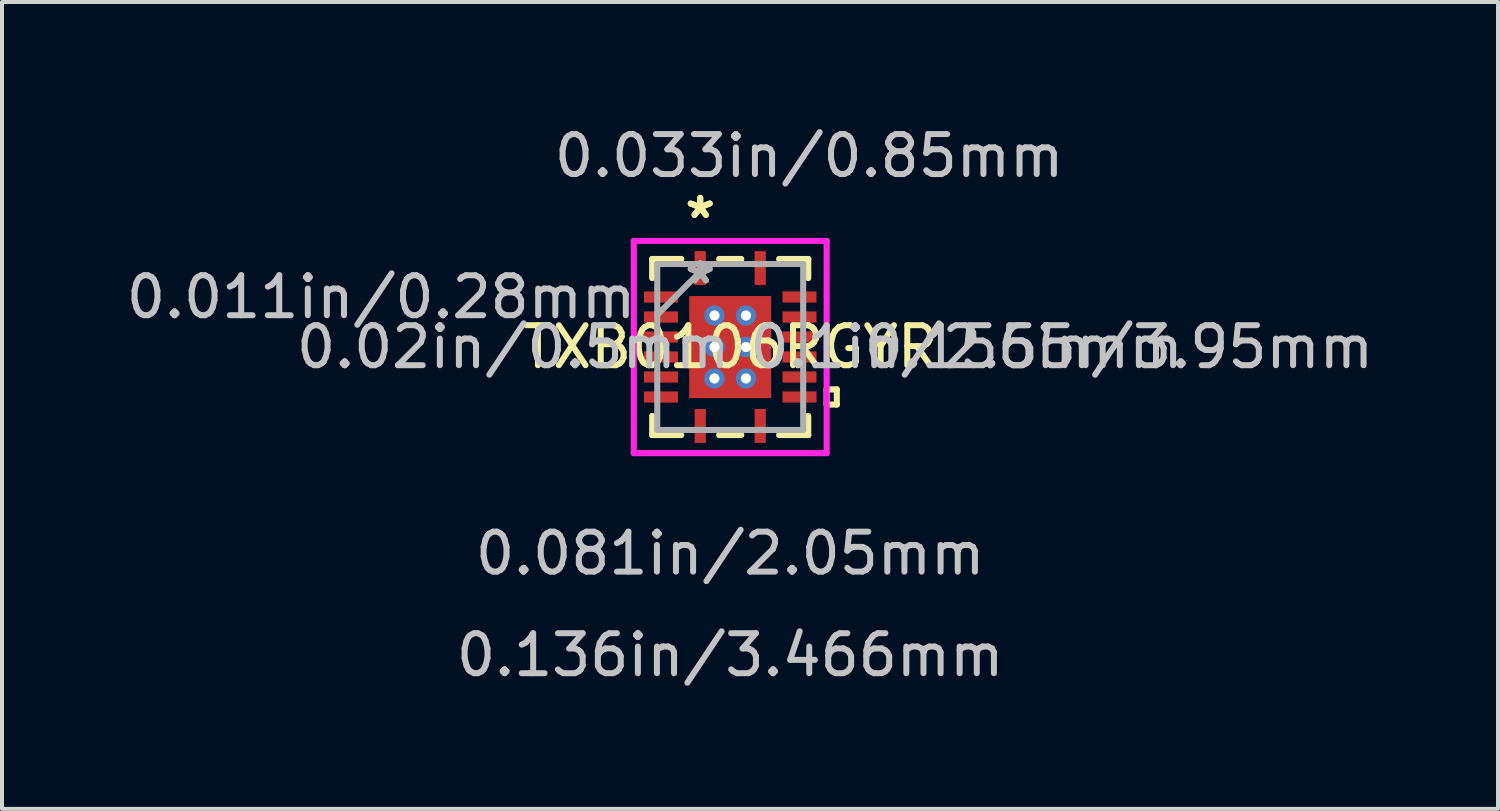
<source format=kicad_pcb>
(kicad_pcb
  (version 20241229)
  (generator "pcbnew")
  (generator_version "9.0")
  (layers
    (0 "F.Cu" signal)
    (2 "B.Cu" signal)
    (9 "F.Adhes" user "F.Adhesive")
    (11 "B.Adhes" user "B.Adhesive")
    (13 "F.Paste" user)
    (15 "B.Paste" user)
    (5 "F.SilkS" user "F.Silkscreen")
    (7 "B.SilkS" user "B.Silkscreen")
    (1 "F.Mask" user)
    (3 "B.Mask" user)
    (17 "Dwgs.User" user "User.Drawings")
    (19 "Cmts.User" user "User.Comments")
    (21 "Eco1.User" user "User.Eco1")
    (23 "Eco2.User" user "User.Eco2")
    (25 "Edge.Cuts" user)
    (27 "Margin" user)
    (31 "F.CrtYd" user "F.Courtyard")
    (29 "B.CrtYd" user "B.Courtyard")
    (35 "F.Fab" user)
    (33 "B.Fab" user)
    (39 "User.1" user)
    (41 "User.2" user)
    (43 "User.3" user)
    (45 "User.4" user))
  (footprint "TXB0106RGYR"
    (layer "F.Cu")
    (at 15.213 5.629)
    (property "Reference" "TXB0106RGYR" (at 0 0 0) (layer "F.SilkS") (effects (font (size 1 1) (thickness 0.15))))
    (attr through_hole)
    (fp_line (start -2.228 -1.46) (end -2.228 -1.04) (stroke (width 0.152) (type solid)) (layer "F.Mask"))
    (fp_line (start -2.228 -1.04) (end -1.238 -1.04) (stroke (width 0.152) (type solid)) (layer "F.Mask"))
    (fp_line (start -2.228 -0.96) (end -2.228 -0.54) (stroke (width 0.152) (type solid)) (layer "F.Mask"))
    (fp_line (start -2.228 -0.54) (end -1.238 -0.54) (stroke (width 0.152) (type solid)) (layer "F.Mask"))
    (fp_line (start -2.228 -0.46) (end -2.228 -0.04) (stroke (width 0.152) (type solid)) (layer "F.Mask"))
    (fp_line (start -2.228 -0.04) (end -1.238 -0.04) (stroke (width 0.152) (type solid)) (layer "F.Mask"))
    (fp_line (start -2.228 0.04) (end -2.228 0.46) (stroke (width 0.152) (type solid)) (layer "F.Mask"))
    (fp_line (start -2.228 0.46) (end -1.238 0.46) (stroke (width 0.152) (type solid)) (layer "F.Mask"))
    (fp_line (start -2.228 0.54) (end -2.228 0.96) (stroke (width 0.152) (type solid)) (layer "F.Mask"))
    (fp_line (start -2.228 0.96) (end -1.238 0.96) (stroke (width 0.152) (type solid)) (layer "F.Mask"))
    (fp_line (start -2.228 1.04) (end -2.228 1.46) (stroke (width 0.152) (type solid)) (layer "F.Mask"))
    (fp_line (start -2.228 1.46) (end -1.238 1.46) (stroke (width 0.152) (type solid)) (layer "F.Mask"))
    (fp_line (start -1.238 -1.46) (end -2.228 -1.46) (stroke (width 0.152) (type solid)) (layer "F.Mask"))
    (fp_line (start -1.238 -1.04) (end -1.238 -1.46) (stroke (width 0.152) (type solid)) (layer "F.Mask"))
    (fp_line (start -1.238 -0.96) (end -2.228 -0.96) (stroke (width 0.152) (type solid)) (layer "F.Mask"))
    (fp_line (start -1.238 -0.54) (end -1.238 -0.96) (stroke (width 0.152) (type solid)) (layer "F.Mask"))
    (fp_line (start -1.238 -0.46) (end -2.228 -0.46) (stroke (width 0.152) (type solid)) (layer "F.Mask"))
    (fp_line (start -1.238 -0.04) (end -1.238 -0.46) (stroke (width 0.152) (type solid)) (layer "F.Mask"))
    (fp_line (start -1.238 0.04) (end -2.228 0.04) (stroke (width 0.152) (type solid)) (layer "F.Mask"))
    (fp_line (start -1.238 0.46) (end -1.238 0.04) (stroke (width 0.152) (type solid)) (layer "F.Mask"))
    (fp_line (start -1.238 0.54) (end -2.228 0.54) (stroke (width 0.152) (type solid)) (layer "F.Mask"))
    (fp_line (start -1.238 0.96) (end -1.238 0.54) (stroke (width 0.152) (type solid)) (layer "F.Mask"))
    (fp_line (start -1.238 1.04) (end -2.228 1.04) (stroke (width 0.152) (type solid)) (layer "F.Mask"))
    (fp_line (start -1.238 1.46) (end -1.238 1.04) (stroke (width 0.152) (type solid)) (layer "F.Mask"))
    (fp_line (start -1.089 -1.339) (end -0.594 -1.339) (stroke (width 0.152) (type solid)) (layer "F.Mask"))
    (fp_line (start -1.089 -1.339) (end 1.089 -1.339) (stroke (width 0.152) (type solid)) (layer "F.Mask"))
    (fp_line (start -1.089 -0.987) (end -1.089 -1.339) (stroke (width 0.152) (type solid)) (layer "F.Mask"))
    (fp_line (start -1.089 -0.587) (end 1.089 -0.587) (stroke (width 0.152) (type solid)) (layer "F.Mask"))
    (fp_line (start -1.089 -0.2) (end -1.089 -0.587) (stroke (width 0.152) (type solid)) (layer "F.Mask"))
    (fp_line (start -1.089 0.2) (end 1.089 0.2) (stroke (width 0.152) (type solid)) (layer "F.Mask"))
    (fp_line (start -1.089 0.587) (end -1.089 0.2) (stroke (width 0.152) (type solid)) (layer "F.Mask"))
    (fp_line (start -1.089 0.987) (end 1.089 0.987) (stroke (width 0.152) (type solid)) (layer "F.Mask"))
    (fp_line (start -1.089 1.339) (end -1.089 -1.339) (stroke (width 0.152) (type solid)) (layer "F.Mask"))
    (fp_line (start -1.089 1.339) (end -1.089 0.987) (stroke (width 0.152) (type solid)) (layer "F.Mask"))
    (fp_line (start -0.96 -2.47) (end -0.96 -1.48) (stroke (width 0.152) (type solid)) (layer "F.Mask"))
    (fp_line (start -0.96 -1.48) (end -0.54 -1.48) (stroke (width 0.152) (type solid)) (layer "F.Mask"))
    (fp_line (start -0.96 1.48) (end -0.96 2.47) (stroke (width 0.152) (type solid)) (layer "F.Mask"))
    (fp_line (start -0.96 2.47) (end -0.54 2.47) (stroke (width 0.152) (type solid)) (layer "F.Mask"))
    (fp_line (start -0.594 -1.339) (end -0.594 1.339) (stroke (width 0.152) (type solid)) (layer "F.Mask"))
    (fp_line (start -0.594 1.339) (end -1.089 1.339) (stroke (width 0.152) (type solid)) (layer "F.Mask"))
    (fp_line (start -0.54 -2.47) (end -0.96 -2.47) (stroke (width 0.152) (type solid)) (layer "F.Mask"))
    (fp_line (start -0.54 -1.48) (end -0.54 -2.47) (stroke (width 0.152) (type solid)) (layer "F.Mask"))
    (fp_line (start -0.54 1.48) (end -0.96 1.48) (stroke (width 0.152) (type solid)) (layer "F.Mask"))
    (fp_line (start -0.54 2.47) (end -0.54 1.48) (stroke (width 0.152) (type solid)) (layer "F.Mask"))
    (fp_line (start -0.194 -1.339) (end -0.194 1.339) (stroke (width 0.152) (type solid)) (layer "F.Mask"))
    (fp_line (start -0.194 1.339) (end 0.194 1.339) (stroke (width 0.152) (type solid)) (layer "F.Mask"))
    (fp_line (start 0 -1.275) (end 0 -1.275) (stroke (width 0.152) (type solid)) (layer "F.Mask"))
    (fp_line (start 0 -1.275) (end 0 -1.275) (stroke (width 0.152) (type solid)) (layer "F.Mask"))
    (fp_line (start 0 -1.275) (end 0 -1.275) (stroke (width 0.152) (type solid)) (layer "F.Mask"))
    (fp_line (start 0 -1.275) (end 0 -1.275) (stroke (width 0.152) (type solid)) (layer "F.Mask"))
    (fp_line (start 0 -1.275) (end 0 -1.275) (stroke (width 0.152) (type solid)) (layer "F.Mask"))
    (fp_line (start 0 -1.275) (end 0 -1.275) (stroke (width 0.152) (type solid)) (layer "F.Mask"))
    (fp_line (start 0 -1.275) (end 0 -1.275) (stroke (width 0.152) (type solid)) (layer "F.Mask"))
    (fp_line (start 0 -1.275) (end 0 -1.275) (stroke (width 0.152) (type solid)) (layer "F.Mask"))
    (fp_line (start 0 -1.275) (end 0 -1.275) (stroke (width 0.152) (type solid)) (layer "F.Mask"))
    (fp_line (start 0 -1.275) (end 0 -1.275) (stroke (width 0.152) (type solid)) (layer "F.Mask"))
    (fp_line (start 0 -1.275) (end 0 -1.275) (stroke (width 0.152) (type solid)) (layer "F.Mask"))
    (fp_line (start 0 -1.275) (end 0 -1.275) (stroke (width 0.152) (type solid)) (layer "F.Mask"))
    (fp_line (start 0 -1.275) (end 0 -1.275) (stroke (width 0.152) (type solid)) (layer "F.Mask"))
    (fp_line (start 0 -1.275) (end 0 -1.275) (stroke (width 0.152) (type solid)) (layer "F.Mask"))
    (fp_line (start 0 -1.275) (end 0 -1.275) (stroke (width 0.152) (type solid)) (layer "F.Mask"))
    (fp_line (start 0 -1.275) (end 0 -1.275) (stroke (width 0.152) (type solid)) (layer "F.Mask"))
    (fp_line (start 0 1.275) (end 0 1.275) (stroke (width 0.152) (type solid)) (layer "F.Mask"))
    (fp_line (start 0 1.275) (end 0 1.275) (stroke (width 0.152) (type solid)) (layer "F.Mask"))
    (fp_line (start 0 1.275) (end 0 1.275) (stroke (width 0.152) (type solid)) (layer "F.Mask"))
    (fp_line (start 0 1.275) (end 0 1.275) (stroke (width 0.152) (type solid)) (layer "F.Mask"))
    (fp_line (start 0 1.275) (end 0 1.275) (stroke (width 0.152) (type solid)) (layer "F.Mask"))
    (fp_line (start 0 1.275) (end 0 1.275) (stroke (width 0.152) (type solid)) (layer "F.Mask"))
    (fp_line (start 0 1.275) (end 0 1.275) (stroke (width 0.152) (type solid)) (layer "F.Mask"))
    (fp_line (start 0 1.275) (end 0 1.275) (stroke (width 0.152) (type solid)) (layer "F.Mask"))
    (fp_line (start 0 1.275) (end 0 1.275) (stroke (width 0.152) (type solid)) (layer "F.Mask"))
    (fp_line (start 0 1.275) (end 0 1.275) (stroke (width 0.152) (type solid)) (layer "F.Mask"))
    (fp_line (start 0 1.275) (end 0 1.275) (stroke (width 0.152) (type solid)) (layer "F.Mask"))
    (fp_line (start 0 1.275) (end 0 1.275) (stroke (width 0.152) (type solid)) (layer "F.Mask"))
    (fp_line (start 0 1.275) (end 0 1.275) (stroke (width 0.152) (type solid)) (layer "F.Mask"))
    (fp_line (start 0 1.275) (end 0 1.275) (stroke (width 0.152) (type solid)) (layer "F.Mask"))
    (fp_line (start 0 1.275) (end 0 1.275) (stroke (width 0.152) (type solid)) (layer "F.Mask"))
    (fp_line (start 0 1.275) (end 0 1.275) (stroke (width 0.152) (type solid)) (layer "F.Mask"))
    (fp_line (start 0.194 -1.339) (end -0.194 -1.339) (stroke (width 0.152) (type solid)) (layer "F.Mask"))
    (fp_line (start 0.194 1.339) (end 0.194 -1.339) (stroke (width 0.152) (type solid)) (layer "F.Mask"))
    (fp_line (start 0.54 -2.47) (end 0.54 -1.48) (stroke (width 0.152) (type solid)) (layer "F.Mask"))
    (fp_line (start 0.54 -1.48) (end 0.96 -1.48) (stroke (width 0.152) (type solid)) (layer "F.Mask"))
    (fp_line (start 0.54 1.48) (end 0.54 2.47) (stroke (width 0.152) (type solid)) (layer "F.Mask"))
    (fp_line (start 0.54 2.47) (end 0.96 2.47) (stroke (width 0.152) (type solid)) (layer "F.Mask"))
    (fp_line (start 0.594 -1.339) (end 1.089 -1.339) (stroke (width 0.152) (type solid)) (layer "F.Mask"))
    (fp_line (start 0.594 1.339) (end 0.594 -1.339) (stroke (width 0.152) (type solid)) (layer "F.Mask"))
    (fp_line (start 0.96 -2.47) (end 0.54 -2.47) (stroke (width 0.152) (type solid)) (layer "F.Mask"))
    (fp_line (start 0.96 -1.48) (end 0.96 -2.47) (stroke (width 0.152) (type solid)) (layer "F.Mask"))
    (fp_line (start 0.96 1.48) (end 0.54 1.48) (stroke (width 0.152) (type solid)) (layer "F.Mask"))
    (fp_line (start 0.96 2.47) (end 0.96 1.48) (stroke (width 0.152) (type solid)) (layer "F.Mask"))
    (fp_line (start 1.089 -1.339) (end 1.089 -0.987) (stroke (width 0.152) (type solid)) (layer "F.Mask"))
    (fp_line (start 1.089 -1.339) (end 1.089 1.339) (stroke (width 0.152) (type solid)) (layer "F.Mask"))
    (fp_line (start 1.089 -0.987) (end -1.089 -0.987) (stroke (width 0.152) (type solid)) (layer "F.Mask"))
    (fp_line (start 1.089 -0.587) (end 1.089 -0.2) (stroke (width 0.152) (type solid)) (layer "F.Mask"))
    (fp_line (start 1.089 -0.2) (end -1.089 -0.2) (stroke (width 0.152) (type solid)) (layer "F.Mask"))
    (fp_line (start 1.089 0.2) (end 1.089 0.587) (stroke (width 0.152) (type solid)) (layer "F.Mask"))
    (fp_line (start 1.089 0.587) (end -1.089 0.587) (stroke (width 0.152) (type solid)) (layer "F.Mask"))
    (fp_line (start 1.089 0.987) (end 1.089 1.339) (stroke (width 0.152) (type solid)) (layer "F.Mask"))
    (fp_line (start 1.089 1.339) (end -1.089 1.339) (stroke (width 0.152) (type solid)) (layer "F.Mask"))
    (fp_line (start 1.089 1.339) (end 0.594 1.339) (stroke (width 0.152) (type solid)) (layer "F.Mask"))
    (fp_line (start 1.238 -1.46) (end 1.238 -1.04) (stroke (width 0.152) (type solid)) (layer "F.Mask"))
    (fp_line (start 1.238 -1.04) (end 2.228 -1.04) (stroke (width 0.152) (type solid)) (layer "F.Mask"))
    (fp_line (start 1.238 -0.96) (end 1.238 -0.54) (stroke (width 0.152) (type solid)) (layer "F.Mask"))
    (fp_line (start 1.238 -0.54) (end 2.228 -0.54) (stroke (width 0.152) (type solid)) (layer "F.Mask"))
    (fp_line (start 1.238 -0.46) (end 1.238 -0.04) (stroke (width 0.152) (type solid)) (layer "F.Mask"))
    (fp_line (start 1.238 -0.04) (end 2.228 -0.04) (stroke (width 0.152) (type solid)) (layer "F.Mask"))
    (fp_line (start 1.238 0.04) (end 1.238 0.46) (stroke (width 0.152) (type solid)) (layer "F.Mask"))
    (fp_line (start 1.238 0.46) (end 2.228 0.46) (stroke (width 0.152) (type solid)) (layer "F.Mask"))
    (fp_line (start 1.238 0.54) (end 1.238 0.96) (stroke (width 0.152) (type solid)) (layer "F.Mask"))
    (fp_line (start 1.238 0.96) (end 2.228 0.96) (stroke (width 0.152) (type solid)) (layer "F.Mask"))
    (fp_line (start 1.238 1.04) (end 1.238 1.46) (stroke (width 0.152) (type solid)) (layer "F.Mask"))
    (fp_line (start 1.238 1.46) (end 2.228 1.46) (stroke (width 0.152) (type solid)) (layer "F.Mask"))
    (fp_line (start 2.228 -1.46) (end 1.238 -1.46) (stroke (width 0.152) (type solid)) (layer "F.Mask"))
    (fp_line (start 2.228 -1.04) (end 2.228 -1.46) (stroke (width 0.152) (type solid)) (layer "F.Mask"))
    (fp_line (start 2.228 -0.96) (end 1.238 -0.96) (stroke (width 0.152) (type solid)) (layer "F.Mask"))
    (fp_line (start 2.228 -0.54) (end 2.228 -0.96) (stroke (width 0.152) (type solid)) (layer "F.Mask"))
    (fp_line (start 2.228 -0.46) (end 1.238 -0.46) (stroke (width 0.152) (type solid)) (layer "F.Mask"))
    (fp_line (start 2.228 -0.04) (end 2.228 -0.46) (stroke (width 0.152) (type solid)) (layer "F.Mask"))
    (fp_line (start 2.228 0.04) (end 1.238 0.04) (stroke (width 0.152) (type solid)) (layer "F.Mask"))
    (fp_line (start 2.228 0.46) (end 2.228 0.04) (stroke (width 0.152) (type solid)) (layer "F.Mask"))
    (fp_line (start 2.228 0.54) (end 1.238 0.54) (stroke (width 0.152) (type solid)) (layer "F.Mask"))
    (fp_line (start 2.228 0.96) (end 2.228 0.54) (stroke (width 0.152) (type solid)) (layer "F.Mask"))
    (fp_line (start 2.228 1.04) (end 1.238 1.04) (stroke (width 0.152) (type solid)) (layer "F.Mask"))
    (fp_line (start 2.228 1.46) (end 2.228 1.04) (stroke (width 0.152) (type solid)) (layer "F.Mask"))
    (fp_line (start -1.952 -2.202) (end -1.952 -1.723) (stroke (width 0.152) (type solid)) (layer "F.SilkS"))
    (fp_line (start -1.952 1.723) (end -1.952 2.202) (stroke (width 0.152) (type solid)) (layer "F.SilkS"))
    (fp_line (start -1.952 2.202) (end -1.223 2.202) (stroke (width 0.152) (type solid)) (layer "F.SilkS"))
    (fp_line (start -1.223 -2.202) (end -1.952 -2.202) (stroke (width 0.152) (type solid)) (layer "F.SilkS"))
    (fp_line (start -0.277 2.202) (end 0.277 2.202) (stroke (width 0.152) (type solid)) (layer "F.SilkS"))
    (fp_line (start 0.277 -2.202) (end -0.277 -2.202) (stroke (width 0.152) (type solid)) (layer "F.SilkS"))
    (fp_line (start 1.223 2.202) (end 1.952 2.202) (stroke (width 0.152) (type solid)) (layer "F.SilkS"))
    (fp_line (start 1.952 -2.202) (end 1.223 -2.202) (stroke (width 0.152) (type solid)) (layer "F.SilkS"))
    (fp_line (start 1.952 -1.723) (end 1.952 -2.202) (stroke (width 0.152) (type solid)) (layer "F.SilkS"))
    (fp_line (start 1.952 2.202) (end 1.952 1.723) (stroke (width 0.152) (type solid)) (layer "F.SilkS"))
    (fp_line (start 2.412 1.06) (end 2.666 1.06) (stroke (width 0.152) (type solid)) (layer "F.SilkS"))
    (fp_line (start 2.412 1.44) (end 2.412 1.06) (stroke (width 0.152) (type solid)) (layer "F.SilkS"))
    (fp_line (start 2.666 1.06) (end 2.666 1.44) (stroke (width 0.152) (type solid)) (layer "F.SilkS"))
    (fp_line (start 2.666 1.44) (end 2.412 1.44) (stroke (width 0.152) (type solid)) (layer "F.SilkS"))
    (fp_line (start -2.133 -1.365) (end -2.133 -1.135) (stroke (width 0.152) (type solid)) (layer "F.Paste"))
    (fp_line (start -2.133 -1.135) (end -1.333 -1.135) (stroke (width 0.152) (type solid)) (layer "F.Paste"))
    (fp_line (start -2.133 -0.865) (end -2.133 -0.635) (stroke (width 0.152) (type solid)) (layer "F.Paste"))
    (fp_line (start -2.133 -0.635) (end -1.333 -0.635) (stroke (width 0.152) (type solid)) (layer "F.Paste"))
    (fp_line (start -2.133 -0.365) (end -2.133 -0.135) (stroke (width 0.152) (type solid)) (layer "F.Paste"))
    (fp_line (start -2.133 -0.135) (end -1.333 -0.135) (stroke (width 0.152) (type solid)) (layer "F.Paste"))
    (fp_line (start -2.133 0.135) (end -2.133 0.365) (stroke (width 0.152) (type solid)) (layer "F.Paste"))
    (fp_line (start -2.133 0.365) (end -1.333 0.365) (stroke (width 0.152) (type solid)) (layer "F.Paste"))
    (fp_line (start -2.133 0.635) (end -2.133 0.865) (stroke (width 0.152) (type solid)) (layer "F.Paste"))
    (fp_line (start -2.133 0.865) (end -1.333 0.865) (stroke (width 0.152) (type solid)) (layer "F.Paste"))
    (fp_line (start -2.133 1.135) (end -2.133 1.365) (stroke (width 0.152) (type solid)) (layer "F.Paste"))
    (fp_line (start -2.133 1.365) (end -1.333 1.365) (stroke (width 0.152) (type solid)) (layer "F.Paste"))
    (fp_line (start -1.333 -1.365) (end -2.133 -1.365) (stroke (width 0.152) (type solid)) (layer "F.Paste"))
    (fp_line (start -1.333 -1.135) (end -1.333 -1.365) (stroke (width 0.152) (type solid)) (layer "F.Paste"))
    (fp_line (start -1.333 -0.865) (end -2.133 -0.865) (stroke (width 0.152) (type solid)) (layer "F.Paste"))
    (fp_line (start -1.333 -0.635) (end -1.333 -0.865) (stroke (width 0.152) (type solid)) (layer "F.Paste"))
    (fp_line (start -1.333 -0.365) (end -2.133 -0.365) (stroke (width 0.152) (type solid)) (layer "F.Paste"))
    (fp_line (start -1.333 -0.135) (end -1.333 -0.365) (stroke (width 0.152) (type solid)) (layer "F.Paste"))
    (fp_line (start -1.333 0.135) (end -2.133 0.135) (stroke (width 0.152) (type solid)) (layer "F.Paste"))
    (fp_line (start -1.333 0.365) (end -1.333 0.135) (stroke (width 0.152) (type solid)) (layer "F.Paste"))
    (fp_line (start -1.333 0.635) (end -2.133 0.635) (stroke (width 0.152) (type solid)) (layer "F.Paste"))
    (fp_line (start -1.333 0.865) (end -1.333 0.635) (stroke (width 0.152) (type solid)) (layer "F.Paste"))
    (fp_line (start -1.333 1.135) (end -2.133 1.135) (stroke (width 0.152) (type solid)) (layer "F.Paste"))
    (fp_line (start -1.333 1.365) (end -1.333 1.135) (stroke (width 0.152) (type solid)) (layer "F.Paste"))
    (fp_line (start -0.95 -1.2) (end -0.95 -0.887) (stroke (width 0.152) (type solid)) (layer "F.Paste"))
    (fp_line (start -0.95 -0.887) (end -0.635 -0.887) (stroke (width 0.152) (type solid)) (layer "F.Paste"))
    (fp_line (start -0.95 -0.687) (end -0.95 -0.1) (stroke (width 0.152) (type solid)) (layer "F.Paste"))
    (fp_line (start -0.95 -0.1) (end -0.635 -0.1) (stroke (width 0.152) (type solid)) (layer "F.Paste"))
    (fp_line (start -0.95 0.1) (end -0.95 0.687) (stroke (width 0.152) (type solid)) (layer "F.Paste"))
    (fp_line (start -0.95 0.687) (end -0.635 0.687) (stroke (width 0.152) (type solid)) (layer "F.Paste"))
    (fp_line (start -0.95 0.887) (end -0.95 1.2) (stroke (width 0.152) (type solid)) (layer "F.Paste"))
    (fp_line (start -0.95 1.2) (end -0.494 1.2) (stroke (width 0.152) (type solid)) (layer "F.Paste"))
    (fp_line (start -0.865 -2.375) (end -0.865 -1.575) (stroke (width 0.152) (type solid)) (layer "F.Paste"))
    (fp_line (start -0.865 -1.575) (end -0.635 -1.575) (stroke (width 0.152) (type solid)) (layer "F.Paste"))
    (fp_line (start -0.865 1.575) (end -0.865 2.375) (stroke (width 0.152) (type solid)) (layer "F.Paste"))
    (fp_line (start -0.865 2.375) (end -0.635 2.375) (stroke (width 0.152) (type solid)) (layer "F.Paste"))
    (fp_line (start -0.635 -0.887) (end -0.635 -0.887) (stroke (width 0.152) (type solid)) (layer "F.Paste"))
    (fp_line (start -0.635 -0.887) (end -0.494 -1.029) (stroke (width 0.152) (type solid)) (layer "F.Paste"))
    (fp_line (start -0.635 -0.687) (end -0.95 -0.687) (stroke (width 0.152) (type solid)) (layer "F.Paste"))
    (fp_line (start -0.635 -0.687) (end -0.635 -0.687) (stroke (width 0.152) (type solid)) (layer "F.Paste"))
    (fp_line (start -0.635 -0.1) (end -0.635 -0.1) (stroke (width 0.152) (type solid)) (layer "F.Paste"))
    (fp_line (start -0.635 -0.1) (end -0.494 -0.241) (stroke (width 0.152) (type solid)) (layer "F.Paste"))
    (fp_line (start -0.635 0.1) (end -0.95 0.1) (stroke (width 0.152) (type solid)) (layer "F.Paste"))
    (fp_line (start -0.635 0.1) (end -0.635 0.1) (stroke (width 0.152) (type solid)) (layer "F.Paste"))
    (fp_line (start -0.635 0.687) (end -0.635 0.687) (stroke (width 0.152) (type solid)) (layer "F.Paste"))
    (fp_line (start -0.635 0.687) (end -0.494 0.546) (stroke (width 0.152) (type solid)) (layer "F.Paste"))
    (fp_line (start -0.635 0.887) (end -0.95 0.887) (stroke (width 0.152) (type solid)) (layer "F.Paste"))
    (fp_line (start -0.635 0.887) (end -0.635 0.887) (stroke (width 0.152) (type solid)) (layer "F.Paste"))
    (fp_line (start -0.635 -2.375) (end -0.865 -2.375) (stroke (width 0.152) (type solid)) (layer "F.Paste"))
    (fp_line (start -0.635 -1.575) (end -0.635 -2.375) (stroke (width 0.152) (type solid)) (layer "F.Paste"))
    (fp_line (start -0.635 1.575) (end -0.865 1.575) (stroke (width 0.152) (type solid)) (layer "F.Paste"))
    (fp_line (start -0.635 2.375) (end -0.635 1.575) (stroke (width 0.152) (type solid)) (layer "F.Paste"))
    (fp_line (start -0.494 -1.2) (end -0.95 -1.2) (stroke (width 0.152) (type solid)) (layer "F.Paste"))
    (fp_line (start -0.494 -1.029) (end -0.494 -1.2) (stroke (width 0.152) (type solid)) (layer "F.Paste"))
    (fp_line (start -0.494 -1.029) (end -0.494 -1.029) (stroke (width 0.152) (type solid)) (layer "F.Paste"))
    (fp_line (start -0.494 -0.546) (end -0.635 -0.687) (stroke (width 0.152) (type solid)) (layer "F.Paste"))
    (fp_line (start -0.494 -0.546) (end -0.494 -0.546) (stroke (width 0.152) (type solid)) (layer "F.Paste"))
    (fp_line (start -0.494 -0.241) (end -0.494 -0.546) (stroke (width 0.152) (type solid)) (layer "F.Paste"))
    (fp_line (start -0.494 -0.241) (end -0.494 -0.241) (stroke (width 0.152) (type solid)) (layer "F.Paste"))
    (fp_line (start -0.494 0.241) (end -0.635 0.1) (stroke (width 0.152) (type solid)) (layer "F.Paste"))
    (fp_line (start -0.494 0.241) (end -0.494 0.241) (stroke (width 0.152) (type solid)) (layer "F.Paste"))
    (fp_line (start -0.494 0.546) (end -0.494 0.241) (stroke (width 0.152) (type solid)) (layer "F.Paste"))
    (fp_line (start -0.494 0.546) (end -0.494 0.546) (stroke (width 0.152) (type solid)) (layer "F.Paste"))
    (fp_line (start -0.494 1.029) (end -0.635 0.887) (stroke (width 0.152) (type solid)) (layer "F.Paste"))
    (fp_line (start -0.494 1.029) (end -0.494 1.029) (stroke (width 0.152) (type solid)) (layer "F.Paste"))
    (fp_line (start -0.494 1.2) (end -0.494 1.029) (stroke (width 0.152) (type solid)) (layer "F.Paste"))
    (fp_line (start -0.294 -1.2) (end -0.294 -1.029) (stroke (width 0.152) (type solid)) (layer "F.Paste"))
    (fp_line (start -0.294 -1.029) (end -0.294 -1.029) (stroke (width 0.152) (type solid)) (layer "F.Paste"))
    (fp_line (start -0.294 -1.029) (end -0.152 -0.887) (stroke (width 0.152) (type solid)) (layer "F.Paste"))
    (fp_line (start -0.294 -0.546) (end -0.294 -0.546) (stroke (width 0.152) (type solid)) (layer "F.Paste"))
    (fp_line (start -0.294 -0.546) (end -0.294 -0.241) (stroke (width 0.152) (type solid)) (layer "F.Paste"))
    (fp_line (start -0.294 -0.241) (end -0.294 -0.241) (stroke (width 0.152) (type solid)) (layer "F.Paste"))
    (fp_line (start -0.294 -0.241) (end -0.152 -0.1) (stroke (width 0.152) (type solid)) (layer "F.Paste"))
    (fp_line (start -0.294 0.241) (end -0.294 0.241) (stroke (width 0.152) (type solid)) (layer "F.Paste"))
    (fp_line (start -0.294 0.241) (end -0.294 0.546) (stroke (width 0.152) (type solid)) (layer "F.Paste"))
    (fp_line (start -0.294 0.546) (end -0.294 0.546) (stroke (width 0.152) (type solid)) (layer "F.Paste"))
    (fp_line (start -0.294 0.546) (end -0.152 0.687) (stroke (width 0.152) (type solid)) (layer "F.Paste"))
    (fp_line (start -0.294 1.029) (end -0.294 1.029) (stroke (width 0.152) (type solid)) (layer "F.Paste"))
    (fp_line (start -0.294 1.029) (end -0.294 1.2) (stroke (width 0.152) (type solid)) (layer "F.Paste"))
    (fp_line (start -0.294 1.2) (end 0.294 1.2) (stroke (width 0.152) (type solid)) (layer "F.Paste"))
    (fp_line (start -0.152 -0.887) (end -0.152 -0.887) (stroke (width 0.152) (type solid)) (layer "F.Paste"))
    (fp_line (start -0.152 -0.887) (end 0.152 -0.887) (stroke (width 0.152) (type solid)) (layer "F.Paste"))
    (fp_line (start -0.152 -0.687) (end -0.294 -0.546) (stroke (width 0.152) (type solid)) (layer "F.Paste"))
    (fp_line (start -0.152 -0.687) (end -0.152 -0.687) (stroke (width 0.152) (type solid)) (layer "F.Paste"))
    (fp_line (start -0.152 -0.1) (end -0.152 -0.1) (stroke (width 0.152) (type solid)) (layer "F.Paste"))
    (fp_line (start -0.152 -0.1) (end 0.152 -0.1) (stroke (width 0.152) (type solid)) (layer "F.Paste"))
    (fp_line (start -0.152 0.1) (end -0.294 0.241) (stroke (width 0.152) (type solid)) (layer "F.Paste"))
    (fp_line (start -0.152 0.1) (end -0.152 0.1) (stroke (width 0.152) (type solid)) (layer "F.Paste"))
    (fp_line (start -0.152 0.687) (end -0.152 0.687) (stroke (width 0.152) (type solid)) (layer "F.Paste"))
    (fp_line (start -0.152 0.687) (end 0.152 0.687) (stroke (width 0.152) (type solid)) (layer "F.Paste"))
    (fp_line (start -0.152 0.887) (end -0.294 1.029) (stroke (width 0.152) (type solid)) (layer "F.Paste"))
    (fp_line (start -0.152 0.887) (end -0.152 0.887) (stroke (width 0.152) (type solid)) (layer "F.Paste"))
    (fp_line (start 0 -1.275) (end 0 -1.275) (stroke (width 0.152) (type solid)) (layer "F.Paste"))
    (fp_line (start 0 -1.275) (end 0 -1.275) (stroke (width 0.152) (type solid)) (layer "F.Paste"))
    (fp_line (start 0 -1.275) (end 0 -1.275) (stroke (width 0.152) (type solid)) (layer "F.Paste"))
    (fp_line (start 0 -1.275) (end 0 -1.275) (stroke (width 0.152) (type solid)) (layer "F.Paste"))
    (fp_line (start 0 -1.275) (end 0 -1.275) (stroke (width 0.152) (type solid)) (layer "F.Paste"))
    (fp_line (start 0 -1.275) (end 0 -1.275) (stroke (width 0.152) (type solid)) (layer "F.Paste"))
    (fp_line (start 0 -1.275) (end 0 -1.275) (stroke (width 0.152) (type solid)) (layer "F.Paste"))
    (fp_line (start 0 -1.275) (end 0 -1.275) (stroke (width 0.152) (type solid)) (layer "F.Paste"))
    (fp_line (start 0 1.275) (end 0 1.275) (stroke (width 0.152) (type solid)) (layer "F.Paste"))
    (fp_line (start 0 1.275) (end 0 1.275) (stroke (width 0.152) (type solid)) (layer "F.Paste"))
    (fp_line (start 0 1.275) (end 0 1.275) (stroke (width 0.152) (type solid)) (layer "F.Paste"))
    (fp_line (start 0 1.275) (end 0 1.275) (stroke (width 0.152) (type solid)) (layer "F.Paste"))
    (fp_line (start 0 1.275) (end 0 1.275) (stroke (width 0.152) (type solid)) (layer "F.Paste"))
    (fp_line (start 0 1.275) (end 0 1.275) (stroke (width 0.152) (type solid)) (layer "F.Paste"))
    (fp_line (start 0 1.275) (end 0 1.275) (stroke (width 0.152) (type solid)) (layer "F.Paste"))
    (fp_line (start 0 1.275) (end 0 1.275) (stroke (width 0.152) (type solid)) (layer "F.Paste"))
    (fp_line (start 0.152 -0.887) (end 0.152 -0.887) (stroke (width 0.152) (type solid)) (layer "F.Paste"))
    (fp_line (start 0.152 -0.887) (end 0.294 -1.029) (stroke (width 0.152) (type solid)) (layer "F.Paste"))
    (fp_line (start 0.152 -0.687) (end -0.152 -0.687) (stroke (width 0.152) (type solid)) (layer "F.Paste"))
    (fp_line (start 0.152 -0.687) (end 0.152 -0.687) (stroke (width 0.152) (type solid)) (layer "F.Paste"))
    (fp_line (start 0.152 -0.1) (end 0.152 -0.1) (stroke (width 0.152) (type solid)) (layer "F.Paste"))
    (fp_line (start 0.152 -0.1) (end 0.294 -0.241) (stroke (width 0.152) (type solid)) (layer "F.Paste"))
    (fp_line (start 0.152 0.1) (end -0.152 0.1) (stroke (width 0.152) (type solid)) (layer "F.Paste"))
    (fp_line (start 0.152 0.1) (end 0.152 0.1) (stroke (width 0.152) (type solid)) (layer "F.Paste"))
    (fp_line (start 0.152 0.687) (end 0.152 0.687) (stroke (width 0.152) (type solid)) (layer "F.Paste"))
    (fp_line (start 0.152 0.687) (end 0.294 0.546) (stroke (width 0.152) (type solid)) (layer "F.Paste"))
    (fp_line (start 0.152 0.887) (end -0.152 0.887) (stroke (width 0.152) (type solid)) (layer "F.Paste"))
    (fp_line (start 0.152 0.887) (end 0.152 0.887) (stroke (width 0.152) (type solid)) (layer "F.Paste"))
    (fp_line (start 0.294 -1.2) (end -0.294 -1.2) (stroke (width 0.152) (type solid)) (layer "F.Paste"))
    (fp_line (start 0.294 -1.029) (end 0.294 -1.2) (stroke (width 0.152) (type solid)) (layer "F.Paste"))
    (fp_line (start 0.294 -1.029) (end 0.294 -1.029) (stroke (width 0.152) (type solid)) (layer "F.Paste"))
    (fp_line (start 0.294 -0.546) (end 0.152 -0.687) (stroke (width 0.152) (type solid)) (layer "F.Paste"))
    (fp_line (start 0.294 -0.546) (end 0.294 -0.546) (stroke (width 0.152) (type solid)) (layer "F.Paste"))
    (fp_line (start 0.294 -0.241) (end 0.294 -0.546) (stroke (width 0.152) (type solid)) (layer "F.Paste"))
    (fp_line (start 0.294 -0.241) (end 0.294 -0.241) (stroke (width 0.152) (type solid)) (layer "F.Paste"))
    (fp_line (start 0.294 0.241) (end 0.152 0.1) (stroke (width 0.152) (type solid)) (layer "F.Paste"))
    (fp_line (start 0.294 0.241) (end 0.294 0.241) (stroke (width 0.152) (type solid)) (layer "F.Paste"))
    (fp_line (start 0.294 0.546) (end 0.294 0.241) (stroke (width 0.152) (type solid)) (layer "F.Paste"))
    (fp_line (start 0.294 0.546) (end 0.294 0.546) (stroke (width 0.152) (type solid)) (layer "F.Paste"))
    (fp_line (start 0.294 1.029) (end 0.152 0.887) (stroke (width 0.152) (type solid)) (layer "F.Paste"))
    (fp_line (start 0.294 1.029) (end 0.294 1.029) (stroke (width 0.152) (type solid)) (layer "F.Paste"))
    (fp_line (start 0.294 1.2) (end 0.294 1.029) (stroke (width 0.152) (type solid)) (layer "F.Paste"))
    (fp_line (start 0.494 -1.2) (end 0.494 -1.029) (stroke (width 0.152) (type solid)) (layer "F.Paste"))
    (fp_line (start 0.494 -1.029) (end 0.494 -1.029) (stroke (width 0.152) (type solid)) (layer "F.Paste"))
    (fp_line (start 0.494 -1.029) (end 0.635 -0.887) (stroke (width 0.152) (type solid)) (layer "F.Paste"))
    (fp_line (start 0.494 -0.546) (end 0.494 -0.546) (stroke (width 0.152) (type solid)) (layer "F.Paste"))
    (fp_line (start 0.494 -0.546) (end 0.494 -0.241) (stroke (width 0.152) (type solid)) (layer "F.Paste"))
    (fp_line (start 0.494 -0.241) (end 0.494 -0.241) (stroke (width 0.152) (type solid)) (layer "F.Paste"))
    (fp_line (start 0.494 -0.241) (end 0.635 -0.1) (stroke (width 0.152) (type solid)) (layer "F.Paste"))
    (fp_line (start 0.494 0.241) (end 0.494 0.241) (stroke (width 0.152) (type solid)) (layer "F.Paste"))
    (fp_line (start 0.494 0.241) (end 0.494 0.546) (stroke (width 0.152) (type solid)) (layer "F.Paste"))
    (fp_line (start 0.494 0.546) (end 0.494 0.546) (stroke (width 0.152) (type solid)) (layer "F.Paste"))
    (fp_line (start 0.494 0.546) (end 0.635 0.687) (stroke (width 0.152) (type solid)) (layer "F.Paste"))
    (fp_line (start 0.494 1.029) (end 0.494 1.029) (stroke (width 0.152) (type solid)) (layer "F.Paste"))
    (fp_line (start 0.494 1.029) (end 0.494 1.2) (stroke (width 0.152) (type solid)) (layer "F.Paste"))
    (fp_line (start 0.494 1.2) (end 0.95 1.2) (stroke (width 0.152) (type solid)) (layer "F.Paste"))
    (fp_line (start 0.635 -2.375) (end 0.635 -1.575) (stroke (width 0.152) (type solid)) (layer "F.Paste"))
    (fp_line (start 0.635 -1.575) (end 0.865 -1.575) (stroke (width 0.152) (type solid)) (layer "F.Paste"))
    (fp_line (start 0.635 1.575) (end 0.635 2.375) (stroke (width 0.152) (type solid)) (layer "F.Paste"))
    (fp_line (start 0.635 2.375) (end 0.865 2.375) (stroke (width 0.152) (type solid)) (layer "F.Paste"))
    (fp_line (start 0.635 -0.887) (end 0.635 -0.887) (stroke (width 0.152) (type solid)) (layer "F.Paste"))
    (fp_line (start 0.635 -0.887) (end 0.95 -0.887) (stroke (width 0.152) (type solid)) (layer "F.Paste"))
    (fp_line (start 0.635 -0.687) (end 0.494 -0.546) (stroke (width 0.152) (type solid)) (layer "F.Paste"))
    (fp_line (start 0.635 -0.687) (end 0.635 -0.687) (stroke (width 0.152) (type solid)) (layer "F.Paste"))
    (fp_line (start 0.635 -0.1) (end 0.635 -0.1) (stroke (width 0.152) (type solid)) (layer "F.Paste"))
    (fp_line (start 0.635 -0.1) (end 0.95 -0.1) (stroke (width 0.152) (type solid)) (layer "F.Paste"))
    (fp_line (start 0.635 0.1) (end 0.494 0.241) (stroke (width 0.152) (type solid)) (layer "F.Paste"))
    (fp_line (start 0.635 0.1) (end 0.635 0.1) (stroke (width 0.152) (type solid)) (layer "F.Paste"))
    (fp_line (start 0.635 0.687) (end 0.635 0.687) (stroke (width 0.152) (type solid)) (layer "F.Paste"))
    (fp_line (start 0.635 0.687) (end 0.95 0.687) (stroke (width 0.152) (type solid)) (layer "F.Paste"))
    (fp_line (start 0.635 0.887) (end 0.494 1.029) (stroke (width 0.152) (type solid)) (layer "F.Paste"))
    (fp_line (start 0.635 0.887) (end 0.635 0.887) (stroke (width 0.152) (type solid)) (layer "F.Paste"))
    (fp_line (start 0.865 -2.375) (end 0.635 -2.375) (stroke (width 0.152) (type solid)) (layer "F.Paste"))
    (fp_line (start 0.865 -1.575) (end 0.865 -2.375) (stroke (width 0.152) (type solid)) (layer "F.Paste"))
    (fp_line (start 0.865 1.575) (end 0.635 1.575) (stroke (width 0.152) (type solid)) (layer "F.Paste"))
    (fp_line (start 0.865 2.375) (end 0.865 1.575) (stroke (width 0.152) (type solid)) (layer "F.Paste"))
    (fp_line (start 0.95 -1.2) (end 0.494 -1.2) (stroke (width 0.152) (type solid)) (layer "F.Paste"))
    (fp_line (start 0.95 -0.887) (end 0.95 -1.2) (stroke (width 0.152) (type solid)) (layer "F.Paste"))
    (fp_line (start 0.95 -0.687) (end 0.635 -0.687) (stroke (width 0.152) (type solid)) (layer "F.Paste"))
    (fp_line (start 0.95 -0.1) (end 0.95 -0.687) (stroke (width 0.152) (type solid)) (layer "F.Paste"))
    (fp_line (start 0.95 0.1) (end 0.635 0.1) (stroke (width 0.152) (type solid)) (layer "F.Paste"))
    (fp_line (start 0.95 0.687) (end 0.95 0.1) (stroke (width 0.152) (type solid)) (layer "F.Paste"))
    (fp_line (start 0.95 0.887) (end 0.635 0.887) (stroke (width 0.152) (type solid)) (layer "F.Paste"))
    (fp_line (start 0.95 1.2) (end 0.95 0.887) (stroke (width 0.152) (type solid)) (layer "F.Paste"))
    (fp_line (start 1.333 -1.365) (end 1.333 -1.135) (stroke (width 0.152) (type solid)) (layer "F.Paste"))
    (fp_line (start 1.333 -1.135) (end 2.133 -1.135) (stroke (width 0.152) (type solid)) (layer "F.Paste"))
    (fp_line (start 1.333 -0.865) (end 1.333 -0.635) (stroke (width 0.152) (type solid)) (layer "F.Paste"))
    (fp_line (start 1.333 -0.635) (end 2.133 -0.635) (stroke (width 0.152) (type solid)) (layer "F.Paste"))
    (fp_line (start 1.333 -0.365) (end 1.333 -0.135) (stroke (width 0.152) (type solid)) (layer "F.Paste"))
    (fp_line (start 1.333 -0.135) (end 2.133 -0.135) (stroke (width 0.152) (type solid)) (layer "F.Paste"))
    (fp_line (start 1.333 0.135) (end 1.333 0.365) (stroke (width 0.152) (type solid)) (layer "F.Paste"))
    (fp_line (start 1.333 0.365) (end 2.133 0.365) (stroke (width 0.152) (type solid)) (layer "F.Paste"))
    (fp_line (start 1.333 0.635) (end 1.333 0.865) (stroke (width 0.152) (type solid)) (layer "F.Paste"))
    (fp_line (start 1.333 0.865) (end 2.133 0.865) (stroke (width 0.152) (type solid)) (layer "F.Paste"))
    (fp_line (start 1.333 1.135) (end 1.333 1.365) (stroke (width 0.152) (type solid)) (layer "F.Paste"))
    (fp_line (start 1.333 1.365) (end 2.133 1.365) (stroke (width 0.152) (type solid)) (layer "F.Paste"))
    (fp_line (start 2.133 -1.365) (end 1.333 -1.365) (stroke (width 0.152) (type solid)) (layer "F.Paste"))
    (fp_line (start 2.133 -1.135) (end 2.133 -1.365) (stroke (width 0.152) (type solid)) (layer "F.Paste"))
    (fp_line (start 2.133 -0.865) (end 1.333 -0.865) (stroke (width 0.152) (type solid)) (layer "F.Paste"))
    (fp_line (start 2.133 -0.635) (end 2.133 -0.865) (stroke (width 0.152) (type solid)) (layer "F.Paste"))
    (fp_line (start 2.133 -0.365) (end 1.333 -0.365) (stroke (width 0.152) (type solid)) (layer "F.Paste"))
    (fp_line (start 2.133 -0.135) (end 2.133 -0.365) (stroke (width 0.152) (type solid)) (layer "F.Paste"))
    (fp_line (start 2.133 0.135) (end 1.333 0.135) (stroke (width 0.152) (type solid)) (layer "F.Paste"))
    (fp_line (start 2.133 0.365) (end 2.133 0.135) (stroke (width 0.152) (type solid)) (layer "F.Paste"))
    (fp_line (start 2.133 0.635) (end 1.333 0.635) (stroke (width 0.152) (type solid)) (layer "F.Paste"))
    (fp_line (start 2.133 0.865) (end 2.133 0.635) (stroke (width 0.152) (type solid)) (layer "F.Paste"))
    (fp_line (start 2.133 1.135) (end 1.333 1.135) (stroke (width 0.152) (type solid)) (layer "F.Paste"))
    (fp_line (start 2.133 1.365) (end 2.133 1.135) (stroke (width 0.152) (type solid)) (layer "F.Paste"))
    (fp_line (start -2.412 -2.654) (end 2.412 -2.654) (stroke (width 0.152) (type solid)) (layer "F.CrtYd"))
    (fp_line (start -2.412 2.654) (end -2.412 -2.654) (stroke (width 0.152) (type solid)) (layer "F.CrtYd"))
    (fp_line (start 2.412 -2.654) (end 2.412 2.654) (stroke (width 0.152) (type solid)) (layer "F.CrtYd"))
    (fp_line (start 2.412 2.654) (end -2.412 2.654) (stroke (width 0.152) (type solid)) (layer "F.CrtYd"))
    (fp_line (start -1.825 -2.075) (end -1.825 2.075) (stroke (width 0.152) (type solid)) (layer "F.Fab"))
    (fp_line (start -1.825 -0.805) (end -0.555 -2.075) (stroke (width 0.152) (type solid)) (layer "F.Fab"))
    (fp_line (start -1.825 2.075) (end 1.825 2.075) (stroke (width 0.152) (type solid)) (layer "F.Fab"))
    (fp_line (start 1.825 -2.075) (end -1.825 -2.075) (stroke (width 0.152) (type solid)) (layer "F.Fab"))
    (fp_line (start 1.825 2.075) (end 1.825 -2.075) (stroke (width 0.152) (type solid)) (layer "F.Fab"))
    (fp_text user "*" (at -0.75 -3.187 0) (layer "F.SilkS") (effects (font (size 1 1) (thickness 0.15))))
    (fp_text user "*" (at -0.75 -3.187 0) (layer "F.SilkS") (effects (font (size 1 1) (thickness 0.15))))
    (fp_text user "0.02in/0.5mm" (at -5.429 0 0) (layer "Dwgs.User") (effects (font (size 1 1) (thickness 0.15))))
    (fp_text user "0.136in/3.466mm" (at 0 7.703 0) (layer "Dwgs.User") (effects (font (size 1 1) (thickness 0.15))))
    (fp_text user "0.156in/3.95mm" (at 9.721 0 0) (layer "Dwgs.User") (effects (font (size 1 1) (thickness 0.15))))
    (fp_text user "0.081in/2.05mm" (at 0 5.163 0) (layer "Dwgs.User") (effects (font (size 1 1) (thickness 0.15))))
    (fp_text user "0.033in/0.85mm" (at 1.975 -4.781 0) (layer "Dwgs.User") (effects (font (size 1 1) (thickness 0.15))))
    (fp_text user "0.011in/0.28mm" (at -8.731 -1.25 0) (layer "Dwgs.User") (effects (font (size 1 1) (thickness 0.15))))
    (fp_text user "0.1in/2.55mm" (at 5.911 0 0) (layer "Dwgs.User") (effects (font (size 1 1) (thickness 0.15))))
    (fp_text user "Copyright 2016 Accelerated Designs. All rights reserved." (at 0 0 0) (layer "Cmts.User") (effects (font (size 0.127 0.127) (thickness 0.002))))
    (fp_text user "*" (at -0.75 -1.55 0) (layer "F.Fab") (effects (font (size 1 1) (thickness 0.15))))
    (fp_text user "*" (at -0.75 -1.55 0) (layer "F.Fab") (effects (font (size 1 1) (thickness 0.15))))
    (pad "1" smd rect (at -0.75 -1.975) (size 0.28 0.85) (layers "F.Cu" "F.Mask" "F.Paste"))
    (pad "2" smd rect (at -1.733 -1.25 90) (size 0.28 0.85) (layers "F.Cu" "F.Mask" "F.Paste"))
    (pad "3" smd rect (at -1.733 -0.75 90) (size 0.28 0.85) (layers "F.Cu" "F.Mask" "F.Paste"))
    (pad "4" smd rect (at -1.733 -0.25 90) (size 0.28 0.85) (layers "F.Cu" "F.Mask" "F.Paste"))
    (pad "5" smd rect (at -1.733 0.25 90) (size 0.28 0.85) (layers "F.Cu" "F.Mask" "F.Paste"))
    (pad "6" smd rect (at -1.733 0.75 90) (size 0.28 0.85) (layers "F.Cu" "F.Mask" "F.Paste"))
    (pad "7" smd rect (at -1.733 1.25 90) (size 0.28 0.85) (layers "F.Cu" "F.Mask" "F.Paste"))
    (pad "8" smd rect (at -0.75 1.975) (size 0.28 0.85) (layers "F.Cu" "F.Mask" "F.Paste"))
    (pad "9" smd rect (at 0.75 1.975) (size 0.28 0.85) (layers "F.Cu" "F.Mask" "F.Paste"))
    (pad "10" smd rect (at 1.733 1.25 90) (size 0.28 0.85) (layers "F.Cu" "F.Mask" "F.Paste"))
    (pad "11" smd rect (at 1.733 0.75 90) (size 0.28 0.85) (layers "F.Cu" "F.Mask" "F.Paste"))
    (pad "12" smd rect (at 1.733 0.25 90) (size 0.28 0.85) (layers "F.Cu" "F.Mask" "F.Paste"))
    (pad "13" smd rect (at 1.733 -0.25 90) (size 0.28 0.85) (layers "F.Cu" "F.Mask" "F.Paste"))
    (pad "14" smd rect (at 1.733 -0.75 90) (size 0.28 0.85) (layers "F.Cu" "F.Mask" "F.Paste"))
    (pad "15" smd rect (at 1.733 -1.25 90) (size 0.28 0.85) (layers "F.Cu" "F.Mask" "F.Paste"))
    (pad "16" smd rect (at 0.75 -1.975) (size 0.28 0.85) (layers "F.Cu" "F.Mask" "F.Paste"))
    (pad "17" smd rect (at 0 0) (size 2.05 2.55) (layers "F.Cu" "F.Mask" "F.Paste"))
    (pad "V" thru_hole circle (at -0.394 -0.787) (size 0.508 0.508) (drill 0.254) (layers "*.Cu" "*.Mask"))
    (pad "V" thru_hole circle (at -0.394 0) (size 0.508 0.508) (drill 0.254) (layers "*.Cu" "*.Mask"))
    (pad "V" thru_hole circle (at -0.394 0.787) (size 0.508 0.508) (drill 0.254) (layers "*.Cu" "*.Mask"))
    (pad "V" thru_hole circle (at 0.394 -0.787) (size 0.508 0.508) (drill 0.254) (layers "*.Cu" "*.Mask"))
    (pad "V" thru_hole circle (at 0.394 0) (size 0.508 0.508) (drill 0.254) (layers "*.Cu" "*.Mask"))
    (pad "V" thru_hole circle (at 0.394 0.787) (size 0.508 0.508) (drill 0.254) (layers "*.Cu" "*.Mask")))
  (gr_rect
    (start -3 -3)
    (end 34.416 17.18)
    (stroke (width 0.1) (type default))
    (fill no)
    (layer "Edge.Cuts")))
</source>
